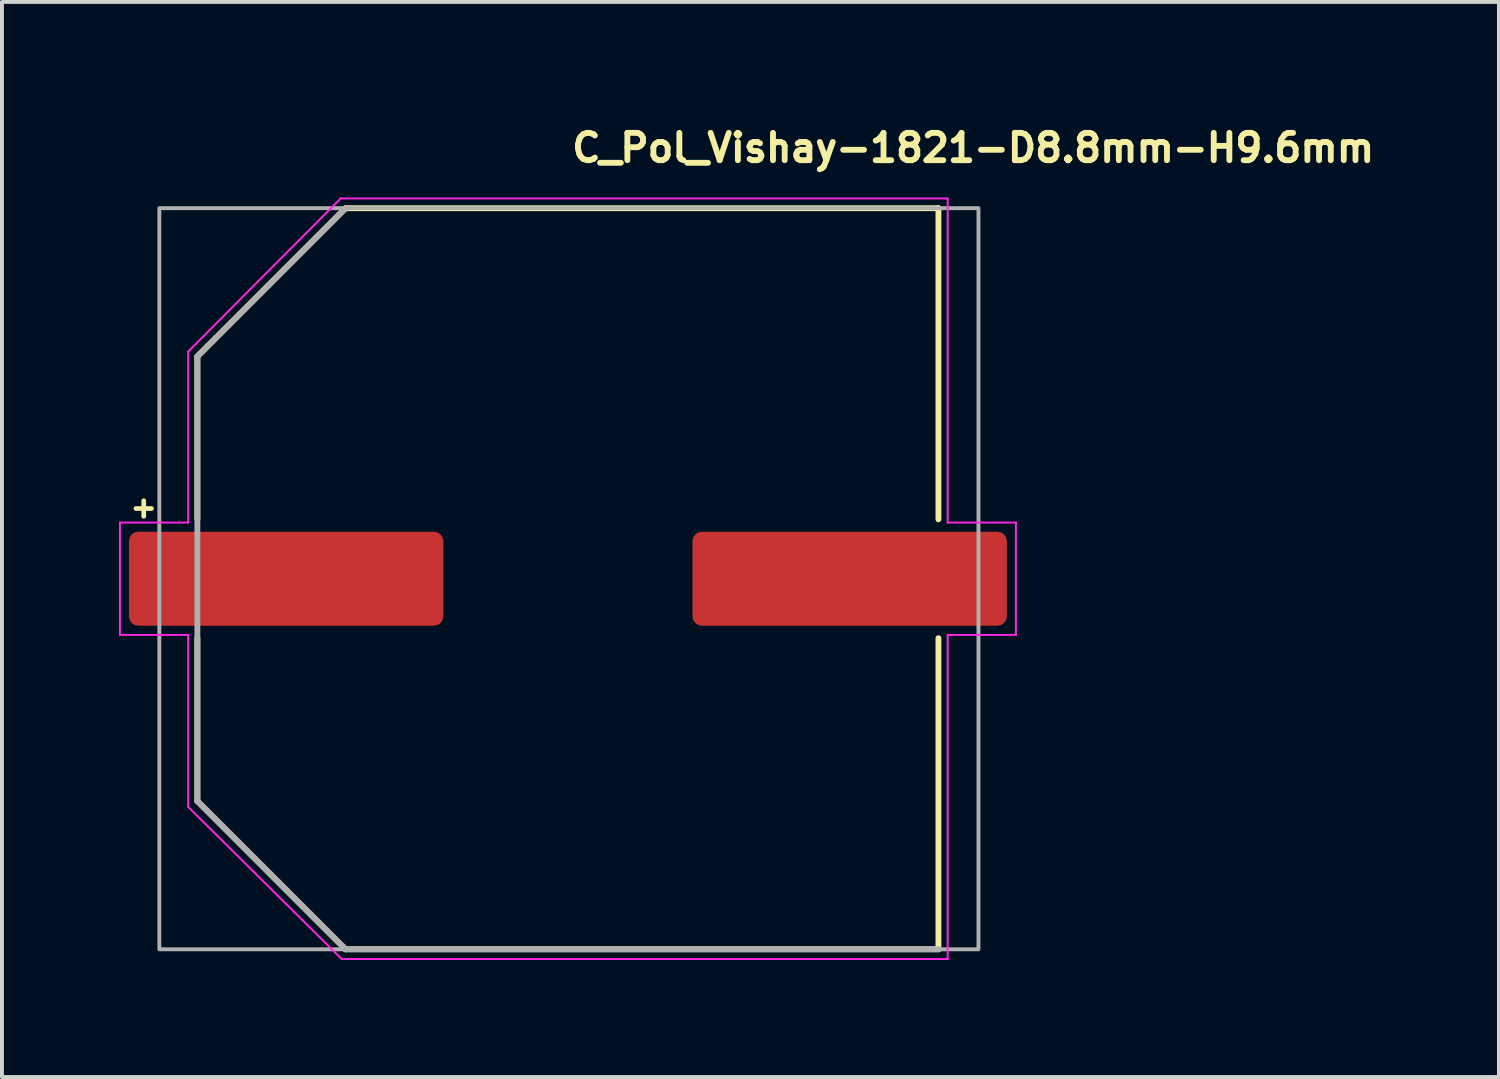
<source format=kicad_pcb>
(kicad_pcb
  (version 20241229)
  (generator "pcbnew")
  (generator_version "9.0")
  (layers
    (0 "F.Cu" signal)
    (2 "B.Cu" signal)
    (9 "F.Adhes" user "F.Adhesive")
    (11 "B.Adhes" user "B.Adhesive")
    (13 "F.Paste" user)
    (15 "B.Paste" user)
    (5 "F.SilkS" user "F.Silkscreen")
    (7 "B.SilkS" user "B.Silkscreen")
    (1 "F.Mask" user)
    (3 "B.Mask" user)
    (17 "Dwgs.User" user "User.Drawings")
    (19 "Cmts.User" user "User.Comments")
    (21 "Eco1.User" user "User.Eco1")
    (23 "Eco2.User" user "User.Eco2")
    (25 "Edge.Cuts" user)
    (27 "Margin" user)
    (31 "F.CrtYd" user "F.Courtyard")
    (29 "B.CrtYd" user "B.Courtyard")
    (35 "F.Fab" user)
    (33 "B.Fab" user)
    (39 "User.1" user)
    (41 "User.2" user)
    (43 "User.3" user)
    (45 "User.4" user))
  (footprint "C_Pol_Vishay-1821-D8.8mm-H9.6mm"
    (layer "F.Cu")
    (at 11.535 11.787)
    (property "Reference" "C_Pol_Vishay-1821-D8.8mm-H9.6mm" (at 0 -10.637 0) (layer "F.SilkS") (effects (font (size 0.7 0.7) (thickness 0.15)) (justify left bottom)))
    (attr smd)
    (fp_line (start -11.1 -1.8) (end -10.7 -1.8) (stroke (width 0.12) (type solid)) (layer "F.SilkS"))
    (fp_line (start -10.9 -2) (end -10.9 -1.6) (stroke (width 0.12) (type solid)) (layer "F.SilkS"))
    (fp_line (start -9.525 -5.7) (end -9.525 -1.524) (stroke (width 0.15) (type solid)) (layer "F.SilkS"))
    (fp_line (start -9.525 5.7) (end -9.525 1.524) (stroke (width 0.15) (type solid)) (layer "F.SilkS"))
    (fp_line (start -5.726 -9.5) (end -9.525 -5.7) (stroke (width 0.15) (type solid)) (layer "F.SilkS"))
    (fp_line (start -5.726 -9.5) (end 9.474 -9.5) (stroke (width 0.15) (type solid)) (layer "F.SilkS"))
    (fp_line (start -5.726 9.5) (end -9.525 5.7) (stroke (width 0.15) (type solid)) (layer "F.SilkS"))
    (fp_line (start 9.474 -9.5) (end 9.474 -1.524) (stroke (width 0.15) (type solid)) (layer "F.SilkS"))
    (fp_line (start 9.474 9.5) (end -5.726 9.5) (stroke (width 0.15) (type solid)) (layer "F.SilkS"))
    (fp_line (start 9.474 9.5) (end 9.474 1.524) (stroke (width 0.15) (type solid)) (layer "F.SilkS"))
    (fp_line (start -11.51 -1.44) (end -9.76 -1.44) (stroke (width 0.05) (type solid)) (layer "F.CrtYd"))
    (fp_line (start -11.51 1.44) (end -11.51 -1.44) (stroke (width 0.05) (type solid)) (layer "F.CrtYd"))
    (fp_line (start -9.76 -1.44) (end -9.76 -5.825) (stroke (width 0.05) (type solid)) (layer "F.CrtYd"))
    (fp_line (start -9.76 1.44) (end -11.51 1.44) (stroke (width 0.05) (type solid)) (layer "F.CrtYd"))
    (fp_line (start -9.76 5.85) (end -9.76 1.44) (stroke (width 0.05) (type solid)) (layer "F.CrtYd"))
    (fp_line (start -5.85 -9.75) (end -9.76 -5.825) (stroke (width 0.05) (type solid)) (layer "F.CrtYd"))
    (fp_line (start -5.85 -9.75) (end 9.71 -9.75) (stroke (width 0.05) (type solid)) (layer "F.CrtYd"))
    (fp_line (start -5.825 9.75) (end -9.76 5.85) (stroke (width 0.05) (type solid)) (layer "F.CrtYd"))
    (fp_line (start 9.71 -9.75) (end 9.71 -1.44) (stroke (width 0.05) (type solid)) (layer "F.CrtYd"))
    (fp_line (start 9.71 -1.44) (end 11.46 -1.44) (stroke (width 0.05) (type solid)) (layer "F.CrtYd"))
    (fp_line (start 9.71 1.44) (end 9.71 9.75) (stroke (width 0.05) (type solid)) (layer "F.CrtYd"))
    (fp_line (start 9.71 9.75) (end -5.825 9.75) (stroke (width 0.05) (type solid)) (layer "F.CrtYd"))
    (fp_line (start 11.46 -1.44) (end 11.46 1.44) (stroke (width 0.05) (type solid)) (layer "F.CrtYd"))
    (fp_line (start 11.46 1.44) (end 9.71 1.44) (stroke (width 0.05) (type solid)) (layer "F.CrtYd"))
    (fp_line (start -9.525 5.7) (end -9.525 -5.7) (stroke (width 0.15) (type solid)) (layer "F.Fab"))
    (fp_line (start -5.726 -9.5) (end -9.525 -5.7) (stroke (width 0.15) (type solid)) (layer "F.Fab"))
    (fp_line (start -5.726 9.5) (end -9.525 5.7) (stroke (width 0.15) (type solid)) (layer "F.Fab"))
    (fp_line (start 9.474 9.5) (end -5.726 9.5) (stroke (width 0.15) (type solid)) (layer "F.Fab"))
    (fp_rect (start -10.5 -9.5) (end 10.5 9.5) (stroke (width 0.1) (type solid)) (fill no) (layer "F.Fab"))
    (fp_rect (start -10.5 -9.5) (end 10.5 9.5) (stroke (width 0.1) (type solid)) (fill no) (layer "User.5"))
    (fp_line (start -10.5 -0.65) (end -10.5 0.65) (stroke (width 0.02) (type solid)) (layer "User.9"))
    (fp_line (start -10.5 0.65) (end -9.5 0.65) (stroke (width 0.02) (type solid)) (layer "User.9"))
    (fp_line (start -9.5 -5.7) (end -9.5 -4) (stroke (width 0.02) (type solid)) (layer "User.9"))
    (fp_line (start -9.5 -4) (end -9.5 4) (stroke (width 0.02) (type solid)) (layer "User.9"))
    (fp_line (start -9.5 -4) (end -8.284 -4) (stroke (width 0.02) (type solid)) (layer "User.9"))
    (fp_line (start -9.5 -0.65) (end -10.5 -0.65) (stroke (width 0.02) (type solid)) (layer "User.9"))
    (fp_line (start -9.5 4) (end -9.5 5.7) (stroke (width 0.02) (type solid)) (layer "User.9"))
    (fp_line (start -9.5 5.7) (end -5.7 9.5) (stroke (width 0.02) (type solid)) (layer "User.9"))
    (fp_line (start -9 0) (end -8.981 -0.582) (stroke (width 0.02) (type solid)) (layer "User.9"))
    (fp_line (start -8.981 -0.582) (end -8.924 -1.162) (stroke (width 0.02) (type solid)) (layer "User.9"))
    (fp_line (start -8.981 0.582) (end -9 0) (stroke (width 0.02) (type solid)) (layer "User.9"))
    (fp_line (start -8.924 -1.162) (end -8.83 -1.739) (stroke (width 0.02) (type solid)) (layer "User.9"))
    (fp_line (start -8.924 1.162) (end -8.981 0.582) (stroke (width 0.02) (type solid)) (layer "User.9"))
    (fp_line (start -8.83 -1.739) (end -8.698 -2.31) (stroke (width 0.02) (type solid)) (layer "User.9"))
    (fp_line (start -8.83 1.739) (end -8.924 1.162) (stroke (width 0.02) (type solid)) (layer "User.9"))
    (fp_line (start -8.698 -2.31) (end -8.528 -2.874) (stroke (width 0.02) (type solid)) (layer "User.9"))
    (fp_line (start -8.698 2.31) (end -8.83 1.739) (stroke (width 0.02) (type solid)) (layer "User.9"))
    (fp_line (start -8.528 -2.874) (end -8.321 -3.428) (stroke (width 0.02) (type solid)) (layer "User.9"))
    (fp_line (start -8.528 2.874) (end -8.698 2.31) (stroke (width 0.02) (type solid)) (layer "User.9"))
    (fp_line (start -8.321 -3.428) (end -8.076 -3.97) (stroke (width 0.02) (type solid)) (layer "User.9"))
    (fp_line (start -8.321 3.428) (end -8.528 2.874) (stroke (width 0.02) (type solid)) (layer "User.9"))
    (fp_line (start -8.284 -4) (end -8.108 -4.346) (stroke (width 0.02) (type solid)) (layer "User.9"))
    (fp_line (start -8.284 4) (end -9.5 4) (stroke (width 0.02) (type solid)) (layer "User.9"))
    (fp_line (start -8.108 -4.346) (end -7.918 -4.684) (stroke (width 0.02) (type solid)) (layer "User.9"))
    (fp_line (start -8.108 4.346) (end -8.284 4) (stroke (width 0.02) (type solid)) (layer "User.9"))
    (fp_line (start -8.076 -3.97) (end -7.794 -4.5) (stroke (width 0.02) (type solid)) (layer "User.9"))
    (fp_line (start -8.076 3.97) (end -8.321 3.428) (stroke (width 0.02) (type solid)) (layer "User.9"))
    (fp_line (start -7.918 -4.684) (end -7.714 -5.012) (stroke (width 0.02) (type solid)) (layer "User.9"))
    (fp_line (start -7.918 4.684) (end -8.108 4.346) (stroke (width 0.02) (type solid)) (layer "User.9"))
    (fp_line (start -7.794 -4.5) (end -7.794 -4.5) (stroke (width 0.02) (type solid)) (layer "User.9"))
    (fp_line (start -7.794 -4.5) (end -7.639 -4.757) (stroke (width 0.02) (type solid)) (layer "User.9"))
    (fp_line (start -7.794 4.5) (end -8.076 3.97) (stroke (width 0.02) (type solid)) (layer "User.9"))
    (fp_line (start -7.794 4.5) (end -7.794 4.5) (stroke (width 0.02) (type solid)) (layer "User.9"))
    (fp_line (start -7.714 -5.012) (end -7.497 -5.331) (stroke (width 0.02) (type solid)) (layer "User.9"))
    (fp_line (start -7.714 5.012) (end -7.918 4.684) (stroke (width 0.02) (type solid)) (layer "User.9"))
    (fp_line (start -7.639 -4.757) (end -7.477 -5.009) (stroke (width 0.02) (type solid)) (layer "User.9"))
    (fp_line (start -7.497 -5.331) (end -7.267 -5.641) (stroke (width 0.02) (type solid)) (layer "User.9"))
    (fp_line (start -7.497 5.331) (end -7.714 5.012) (stroke (width 0.02) (type solid)) (layer "User.9"))
    (fp_line (start -7.477 -5.009) (end -7.307 -5.254) (stroke (width 0.02) (type solid)) (layer "User.9"))
    (fp_line (start -7.477 5.009) (end -7.794 4.5) (stroke (width 0.02) (type solid)) (layer "User.9"))
    (fp_line (start -7.307 -5.254) (end -7.13 -5.492) (stroke (width 0.02) (type solid)) (layer "User.9"))
    (fp_line (start -7.267 -5.641) (end -7.026 -5.939) (stroke (width 0.02) (type solid)) (layer "User.9"))
    (fp_line (start -7.267 5.641) (end -7.497 5.331) (stroke (width 0.02) (type solid)) (layer "User.9"))
    (fp_line (start -7.13 -5.492) (end -6.946 -5.724) (stroke (width 0.02) (type solid)) (layer "User.9"))
    (fp_line (start -7.13 5.492) (end -7.477 5.009) (stroke (width 0.02) (type solid)) (layer "User.9"))
    (fp_line (start -7.026 -5.939) (end -6.772 -6.228) (stroke (width 0.02) (type solid)) (layer "User.9"))
    (fp_line (start -7.026 5.939) (end -7.267 5.641) (stroke (width 0.02) (type solid)) (layer "User.9"))
    (fp_line (start -6.946 -5.724) (end -6.753 -5.949) (stroke (width 0.02) (type solid)) (layer "User.9"))
    (fp_line (start -6.772 -6.228) (end -6.506 -6.505) (stroke (width 0.02) (type solid)) (layer "User.9"))
    (fp_line (start -6.772 6.228) (end -7.026 5.939) (stroke (width 0.02) (type solid)) (layer "User.9"))
    (fp_line (start -6.753 -5.949) (end -6.556 -6.167) (stroke (width 0.02) (type solid)) (layer "User.9"))
    (fp_line (start -6.753 5.949) (end -7.13 5.492) (stroke (width 0.02) (type solid)) (layer "User.9"))
    (fp_line (start -6.556 -6.167) (end -6.351 -6.377) (stroke (width 0.02) (type solid)) (layer "User.9"))
    (fp_line (start -6.506 -6.505) (end -6.229 -6.771) (stroke (width 0.02) (type solid)) (layer "User.9"))
    (fp_line (start -6.506 6.505) (end -6.772 6.228) (stroke (width 0.02) (type solid)) (layer "User.9"))
    (fp_line (start -6.351 -6.377) (end -6.14 -6.581) (stroke (width 0.02) (type solid)) (layer "User.9"))
    (fp_line (start -6.351 6.377) (end -6.753 5.949) (stroke (width 0.02) (type solid)) (layer "User.9"))
    (fp_line (start -6.229 -6.771) (end -5.939 -7.025) (stroke (width 0.02) (type solid)) (layer "User.9"))
    (fp_line (start -6.229 6.771) (end -6.506 6.505) (stroke (width 0.02) (type solid)) (layer "User.9"))
    (fp_line (start -6.14 -6.581) (end -5.922 -6.777) (stroke (width 0.02) (type solid)) (layer "User.9"))
    (fp_line (start -5.939 -7.025) (end -5.641 -7.267) (stroke (width 0.02) (type solid)) (layer "User.9"))
    (fp_line (start -5.939 7.025) (end -6.229 6.771) (stroke (width 0.02) (type solid)) (layer "User.9"))
    (fp_line (start -5.922 -6.777) (end -5.699 -6.966) (stroke (width 0.02) (type solid)) (layer "User.9"))
    (fp_line (start -5.922 6.777) (end -6.351 6.377) (stroke (width 0.02) (type solid)) (layer "User.9"))
    (fp_line (start -5.7 -9.5) (end -9.5 -5.7) (stroke (width 0.02) (type solid)) (layer "User.9"))
    (fp_line (start -5.7 9.5) (end -4 9.5) (stroke (width 0.02) (type solid)) (layer "User.9"))
    (fp_line (start -5.699 -6.966) (end -5.47 -7.147) (stroke (width 0.02) (type solid)) (layer "User.9"))
    (fp_line (start -5.641 -7.267) (end -5.332 -7.497) (stroke (width 0.02) (type solid)) (layer "User.9"))
    (fp_line (start -5.641 7.267) (end -5.939 7.025) (stroke (width 0.02) (type solid)) (layer "User.9"))
    (fp_line (start -5.47 -7.147) (end -5.234 -7.321) (stroke (width 0.02) (type solid)) (layer "User.9"))
    (fp_line (start -5.47 7.147) (end -5.922 6.777) (stroke (width 0.02) (type solid)) (layer "User.9"))
    (fp_line (start -5.332 -7.497) (end -5.013 -7.714) (stroke (width 0.02) (type solid)) (layer "User.9"))
    (fp_line (start -5.332 7.497) (end -5.641 7.267) (stroke (width 0.02) (type solid)) (layer "User.9"))
    (fp_line (start -5.234 -7.321) (end -4.995 -7.486) (stroke (width 0.02) (type solid)) (layer "User.9"))
    (fp_line (start -5.013 -7.714) (end -4.685 -7.918) (stroke (width 0.02) (type solid)) (layer "User.9"))
    (fp_line (start -5.013 7.714) (end -5.332 7.497) (stroke (width 0.02) (type solid)) (layer "User.9"))
    (fp_line (start -4.995 -7.486) (end -4.75 -7.644) (stroke (width 0.02) (type solid)) (layer "User.9"))
    (fp_line (start -4.995 7.486) (end -5.47 7.147) (stroke (width 0.02) (type solid)) (layer "User.9"))
    (fp_line (start -4.75 -7.644) (end -4.5 -7.794) (stroke (width 0.02) (type solid)) (layer "User.9"))
    (fp_line (start -4.685 -7.918) (end -4.346 -8.108) (stroke (width 0.02) (type solid)) (layer "User.9"))
    (fp_line (start -4.685 7.918) (end -5.013 7.714) (stroke (width 0.02) (type solid)) (layer "User.9"))
    (fp_line (start -4.5 -7.794) (end -4.246 -7.935) (stroke (width 0.02) (type solid)) (layer "User.9"))
    (fp_line (start -4.5 7.794) (end -4.995 7.486) (stroke (width 0.02) (type solid)) (layer "User.9"))
    (fp_line (start -4.346 -8.108) (end -4 -8.284) (stroke (width 0.02) (type solid)) (layer "User.9"))
    (fp_line (start -4.346 8.108) (end -4.685 7.918) (stroke (width 0.02) (type solid)) (layer "User.9"))
    (fp_line (start -4.246 -7.935) (end -3.987 -8.069) (stroke (width 0.02) (type solid)) (layer "User.9"))
    (fp_line (start -4 -9.5) (end -5.7 -9.5) (stroke (width 0.02) (type solid)) (layer "User.9"))
    (fp_line (start -4 -8.284) (end -4 -9.5) (stroke (width 0.02) (type solid)) (layer "User.9"))
    (fp_line (start -4 8.284) (end -4.346 8.108) (stroke (width 0.02) (type solid)) (layer "User.9"))
    (fp_line (start -4 9.5) (end -4 8.284) (stroke (width 0.02) (type solid)) (layer "User.9"))
    (fp_line (start -4 9.5) (end 4 9.5) (stroke (width 0.02) (type solid)) (layer "User.9"))
    (fp_line (start -3.987 -8.069) (end -3.723 -8.194) (stroke (width 0.02) (type solid)) (layer "User.9"))
    (fp_line (start -3.987 8.069) (end -4.5 7.794) (stroke (width 0.02) (type solid)) (layer "User.9"))
    (fp_line (start -3.723 -8.194) (end -3.456 -8.31) (stroke (width 0.02) (type solid)) (layer "User.9"))
    (fp_line (start -3.456 -8.31) (end -3.184 -8.418) (stroke (width 0.02) (type solid)) (layer "User.9"))
    (fp_line (start -3.456 8.31) (end -3.987 8.069) (stroke (width 0.02) (type solid)) (layer "User.9"))
    (fp_line (start -3.184 -8.418) (end -2.908 -8.517) (stroke (width 0.02) (type solid)) (layer "User.9"))
    (fp_line (start -2.908 -8.517) (end -2.631 -8.607) (stroke (width 0.02) (type solid)) (layer "User.9"))
    (fp_line (start -2.908 8.517) (end -3.456 8.31) (stroke (width 0.02) (type solid)) (layer "User.9"))
    (fp_line (start -2.631 -8.607) (end -2.349 -8.688) (stroke (width 0.02) (type solid)) (layer "User.9"))
    (fp_line (start -2.349 -8.688) (end -2.064 -8.76) (stroke (width 0.02) (type solid)) (layer "User.9"))
    (fp_line (start -2.349 8.688) (end -2.908 8.517) (stroke (width 0.02) (type solid)) (layer "User.9"))
    (fp_line (start -2.064 -8.76) (end -1.775 -8.823) (stroke (width 0.02) (type solid)) (layer "User.9"))
    (fp_line (start -1.775 -8.823) (end -1.485 -8.876) (stroke (width 0.02) (type solid)) (layer "User.9"))
    (fp_line (start -1.775 8.823) (end -2.349 8.688) (stroke (width 0.02) (type solid)) (layer "User.9"))
    (fp_line (start -1.485 -8.876) (end -1.192 -8.92) (stroke (width 0.02) (type solid)) (layer "User.9"))
    (fp_line (start -1.192 -8.92) (end -0.897 -8.955) (stroke (width 0.02) (type solid)) (layer "User.9"))
    (fp_line (start -1.192 8.92) (end -1.775 8.823) (stroke (width 0.02) (type solid)) (layer "User.9"))
    (fp_line (start -0.897 -8.955) (end -0.599 -8.98) (stroke (width 0.02) (type solid)) (layer "User.9"))
    (fp_line (start -0.599 -8.98) (end -0.301 -8.994) (stroke (width 0.02) (type solid)) (layer "User.9"))
    (fp_line (start -0.599 8.98) (end -1.192 8.92) (stroke (width 0.02) (type solid)) (layer "User.9"))
    (fp_line (start -0.301 -8.994) (end 0 -9) (stroke (width 0.02) (type solid)) (layer "User.9"))
    (fp_line (start 0 -9) (end 0.599 -8.98) (stroke (width 0.02) (type solid)) (layer "User.9"))
    (fp_line (start 0 9) (end -0.599 8.98) (stroke (width 0.02) (type solid)) (layer "User.9"))
    (fp_line (start 0.299 8.994) (end 0 9) (stroke (width 0.02) (type solid)) (layer "User.9"))
    (fp_line (start 0.599 -8.98) (end 1.192 -8.92) (stroke (width 0.02) (type solid)) (layer "User.9"))
    (fp_line (start 0.599 8.98) (end 0.299 8.994) (stroke (width 0.02) (type solid)) (layer "User.9"))
    (fp_line (start 0.896 8.955) (end 0.599 8.98) (stroke (width 0.02) (type solid)) (layer "User.9"))
    (fp_line (start 1.192 -8.92) (end 1.775 -8.823) (stroke (width 0.02) (type solid)) (layer "User.9"))
    (fp_line (start 1.192 8.92) (end 0.896 8.955) (stroke (width 0.02) (type solid)) (layer "User.9"))
    (fp_line (start 1.484 8.876) (end 1.192 8.92) (stroke (width 0.02) (type solid)) (layer "User.9"))
    (fp_line (start 1.775 -8.823) (end 2.348 -8.688) (stroke (width 0.02) (type solid)) (layer "User.9"))
    (fp_line (start 1.775 8.823) (end 1.484 8.876) (stroke (width 0.02) (type solid)) (layer "User.9"))
    (fp_line (start 2.063 8.76) (end 1.775 8.823) (stroke (width 0.02) (type solid)) (layer "User.9"))
    (fp_line (start 2.348 -8.688) (end 2.907 -8.517) (stroke (width 0.02) (type solid)) (layer "User.9"))
    (fp_line (start 2.348 8.688) (end 2.063 8.76) (stroke (width 0.02) (type solid)) (layer "User.9"))
    (fp_line (start 2.63 8.607) (end 2.348 8.688) (stroke (width 0.02) (type solid)) (layer "User.9"))
    (fp_line (start 2.907 -8.517) (end 3.455 -8.31) (stroke (width 0.02) (type solid)) (layer "User.9"))
    (fp_line (start 2.907 8.517) (end 2.63 8.607) (stroke (width 0.02) (type solid)) (layer "User.9"))
    (fp_line (start 3.109 -2.573) (end 3.109 2.573) (stroke (width 0.02) (type solid)) (layer "User.9"))
    (fp_line (start 3.109 -2.573) (end 3.109 2.573) (stroke (width 0.02) (type solid)) (layer "User.9"))
    (fp_line (start 3.109 2.573) (end 6.628 2.573) (stroke (width 0.02) (type solid)) (layer "User.9"))
    (fp_line (start 3.109 2.573) (end 6.628 2.573) (stroke (width 0.02) (type solid)) (layer "User.9"))
    (fp_line (start 3.182 8.418) (end 2.907 8.517) (stroke (width 0.02) (type solid)) (layer "User.9"))
    (fp_line (start 3.455 -8.31) (end 3.986 -8.069) (stroke (width 0.02) (type solid)) (layer "User.9"))
    (fp_line (start 3.455 8.31) (end 3.182 8.418) (stroke (width 0.02) (type solid)) (layer "User.9"))
    (fp_line (start 3.721 8.194) (end 3.455 8.31) (stroke (width 0.02) (type solid)) (layer "User.9"))
    (fp_line (start 3.986 -8.069) (end 4.5 -7.794) (stroke (width 0.02) (type solid)) (layer "User.9"))
    (fp_line (start 3.986 8.069) (end 3.721 8.194) (stroke (width 0.02) (type solid)) (layer "User.9"))
    (fp_line (start 4 -9.5) (end -4 -9.5) (stroke (width 0.02) (type solid)) (layer "User.9"))
    (fp_line (start 4 -9.5) (end 4 -8.284) (stroke (width 0.02) (type solid)) (layer "User.9"))
    (fp_line (start 4 -8.284) (end 4.346 -8.108) (stroke (width 0.02) (type solid)) (layer "User.9"))
    (fp_line (start 4 8.284) (end 4 9.5) (stroke (width 0.02) (type solid)) (layer "User.9"))
    (fp_line (start 4 9.5) (end 9.5 9.5) (stroke (width 0.02) (type solid)) (layer "User.9"))
    (fp_line (start 4.245 7.935) (end 3.986 8.069) (stroke (width 0.02) (type solid)) (layer "User.9"))
    (fp_line (start 4.346 -8.108) (end 4.684 -7.918) (stroke (width 0.02) (type solid)) (layer "User.9"))
    (fp_line (start 4.346 8.108) (end 4 8.284) (stroke (width 0.02) (type solid)) (layer "User.9"))
    (fp_line (start 4.5 -7.794) (end 4.994 -7.486) (stroke (width 0.02) (type solid)) (layer "User.9"))
    (fp_line (start 4.5 7.794) (end 4.245 7.935) (stroke (width 0.02) (type solid)) (layer "User.9"))
    (fp_line (start 4.684 -7.918) (end 5.012 -7.714) (stroke (width 0.02) (type solid)) (layer "User.9"))
    (fp_line (start 4.684 7.918) (end 4.346 8.108) (stroke (width 0.02) (type solid)) (layer "User.9"))
    (fp_line (start 4.749 7.644) (end 4.5 7.794) (stroke (width 0.02) (type solid)) (layer "User.9"))
    (fp_line (start 4.994 -7.486) (end 5.468 -7.147) (stroke (width 0.02) (type solid)) (layer "User.9"))
    (fp_line (start 4.994 7.486) (end 4.749 7.644) (stroke (width 0.02) (type solid)) (layer "User.9"))
    (fp_line (start 5.012 -7.714) (end 5.33 -7.497) (stroke (width 0.02) (type solid)) (layer "User.9"))
    (fp_line (start 5.012 7.714) (end 4.684 7.918) (stroke (width 0.02) (type solid)) (layer "User.9"))
    (fp_line (start 5.234 7.321) (end 4.994 7.486) (stroke (width 0.02) (type solid)) (layer "User.9"))
    (fp_line (start 5.33 -7.497) (end 5.641 -7.267) (stroke (width 0.02) (type solid)) (layer "User.9"))
    (fp_line (start 5.33 7.497) (end 5.012 7.714) (stroke (width 0.02) (type solid)) (layer "User.9"))
    (fp_line (start 5.468 -7.147) (end 5.921 -6.777) (stroke (width 0.02) (type solid)) (layer "User.9"))
    (fp_line (start 5.468 7.147) (end 5.234 7.321) (stroke (width 0.02) (type solid)) (layer "User.9"))
    (fp_line (start 5.641 -7.267) (end 5.939 -7.025) (stroke (width 0.02) (type solid)) (layer "User.9"))
    (fp_line (start 5.641 7.267) (end 5.33 7.497) (stroke (width 0.02) (type solid)) (layer "User.9"))
    (fp_line (start 5.698 6.966) (end 5.468 7.147) (stroke (width 0.02) (type solid)) (layer "User.9"))
    (fp_line (start 5.921 -6.777) (end 6.349 -6.377) (stroke (width 0.02) (type solid)) (layer "User.9"))
    (fp_line (start 5.921 6.777) (end 5.698 6.966) (stroke (width 0.02) (type solid)) (layer "User.9"))
    (fp_line (start 5.939 -7.025) (end 6.228 -6.771) (stroke (width 0.02) (type solid)) (layer "User.9"))
    (fp_line (start 5.939 7.025) (end 5.641 7.267) (stroke (width 0.02) (type solid)) (layer "User.9"))
    (fp_line (start 6.139 6.581) (end 5.921 6.777) (stroke (width 0.02) (type solid)) (layer "User.9"))
    (fp_line (start 6.228 -6.771) (end 6.505 -6.505) (stroke (width 0.02) (type solid)) (layer "User.9"))
    (fp_line (start 6.228 6.771) (end 5.939 7.025) (stroke (width 0.02) (type solid)) (layer "User.9"))
    (fp_line (start 6.349 -6.377) (end 6.753 -5.949) (stroke (width 0.02) (type solid)) (layer "User.9"))
    (fp_line (start 6.349 6.377) (end 6.139 6.581) (stroke (width 0.02) (type solid)) (layer "User.9"))
    (fp_line (start 6.505 -6.505) (end 6.771 -6.228) (stroke (width 0.02) (type solid)) (layer "User.9"))
    (fp_line (start 6.505 6.505) (end 6.228 6.771) (stroke (width 0.02) (type solid)) (layer "User.9"))
    (fp_line (start 6.555 6.167) (end 6.349 6.377) (stroke (width 0.02) (type solid)) (layer "User.9"))
    (fp_line (start 6.628 -2.573) (end 3.109 -2.573) (stroke (width 0.02) (type solid)) (layer "User.9"))
    (fp_line (start 6.628 -2.573) (end 3.109 -2.573) (stroke (width 0.02) (type solid)) (layer "User.9"))
    (fp_line (start 6.628 2.573) (end 6.628 -2.573) (stroke (width 0.02) (type solid)) (layer "User.9"))
    (fp_line (start 6.628 2.573) (end 6.628 -2.573) (stroke (width 0.02) (type solid)) (layer "User.9"))
    (fp_line (start 6.753 -5.949) (end 7.128 -5.492) (stroke (width 0.02) (type solid)) (layer "User.9"))
    (fp_line (start 6.753 5.949) (end 6.555 6.167) (stroke (width 0.02) (type solid)) (layer "User.9"))
    (fp_line (start 6.771 -6.228) (end 7.025 -5.939) (stroke (width 0.02) (type solid)) (layer "User.9"))
    (fp_line (start 6.771 6.228) (end 6.505 6.505) (stroke (width 0.02) (type solid)) (layer "User.9"))
    (fp_line (start 6.945 5.724) (end 6.753 5.949) (stroke (width 0.02) (type solid)) (layer "User.9"))
    (fp_line (start 7.025 -5.939) (end 7.266 -5.641) (stroke (width 0.02) (type solid)) (layer "User.9"))
    (fp_line (start 7.025 5.939) (end 6.771 6.228) (stroke (width 0.02) (type solid)) (layer "User.9"))
    (fp_line (start 7.128 -5.492) (end 7.477 -5.009) (stroke (width 0.02) (type solid)) (layer "User.9"))
    (fp_line (start 7.128 5.492) (end 6.945 5.724) (stroke (width 0.02) (type solid)) (layer "User.9"))
    (fp_line (start 7.266 -5.641) (end 7.497 -5.331) (stroke (width 0.02) (type solid)) (layer "User.9"))
    (fp_line (start 7.266 5.641) (end 7.025 5.939) (stroke (width 0.02) (type solid)) (layer "User.9"))
    (fp_line (start 7.307 5.254) (end 7.128 5.492) (stroke (width 0.02) (type solid)) (layer "User.9"))
    (fp_line (start 7.477 -5.009) (end 7.794 -4.5) (stroke (width 0.02) (type solid)) (layer "User.9"))
    (fp_line (start 7.477 5.009) (end 7.307 5.254) (stroke (width 0.02) (type solid)) (layer "User.9"))
    (fp_line (start 7.497 -5.331) (end 7.714 -5.012) (stroke (width 0.02) (type solid)) (layer "User.9"))
    (fp_line (start 7.497 5.331) (end 7.266 5.641) (stroke (width 0.02) (type solid)) (layer "User.9"))
    (fp_line (start 7.639 4.757) (end 7.477 5.009) (stroke (width 0.02) (type solid)) (layer "User.9"))
    (fp_line (start 7.714 -5.012) (end 7.918 -4.684) (stroke (width 0.02) (type solid)) (layer "User.9"))
    (fp_line (start 7.714 5.012) (end 7.497 5.331) (stroke (width 0.02) (type solid)) (layer "User.9"))
    (fp_line (start 7.794 -4.5) (end 7.794 -4.5) (stroke (width 0.02) (type solid)) (layer "User.9"))
    (fp_line (start 7.794 -4.5) (end 8.076 -3.97) (stroke (width 0.02) (type solid)) (layer "User.9"))
    (fp_line (start 7.794 4.5) (end 7.639 4.757) (stroke (width 0.02) (type solid)) (layer "User.9"))
    (fp_line (start 7.794 4.5) (end 7.794 4.5) (stroke (width 0.02) (type solid)) (layer "User.9"))
    (fp_line (start 7.918 -4.684) (end 8.108 -4.346) (stroke (width 0.02) (type solid)) (layer "User.9"))
    (fp_line (start 7.918 4.684) (end 7.714 5.012) (stroke (width 0.02) (type solid)) (layer "User.9"))
    (fp_line (start 8.076 -3.97) (end 8.321 -3.428) (stroke (width 0.02) (type solid)) (layer "User.9"))
    (fp_line (start 8.076 3.97) (end 7.794 4.5) (stroke (width 0.02) (type solid)) (layer "User.9"))
    (fp_line (start 8.108 -4.346) (end 8.284 -4) (stroke (width 0.02) (type solid)) (layer "User.9"))
    (fp_line (start 8.108 4.346) (end 7.918 4.684) (stroke (width 0.02) (type solid)) (layer "User.9"))
    (fp_line (start 8.284 -4) (end 9.5 -4) (stroke (width 0.02) (type solid)) (layer "User.9"))
    (fp_line (start 8.284 4) (end 8.108 4.346) (stroke (width 0.02) (type solid)) (layer "User.9"))
    (fp_line (start 8.321 -3.428) (end 8.528 -2.874) (stroke (width 0.02) (type solid)) (layer "User.9"))
    (fp_line (start 8.321 3.428) (end 8.076 3.97) (stroke (width 0.02) (type solid)) (layer "User.9"))
    (fp_line (start 8.528 -2.874) (end 8.698 -2.31) (stroke (width 0.02) (type solid)) (layer "User.9"))
    (fp_line (start 8.528 2.874) (end 8.321 3.428) (stroke (width 0.02) (type solid)) (layer "User.9"))
    (fp_line (start 8.698 -2.31) (end 8.83 -1.739) (stroke (width 0.02) (type solid)) (layer "User.9"))
    (fp_line (start 8.698 2.31) (end 8.528 2.874) (stroke (width 0.02) (type solid)) (layer "User.9"))
    (fp_line (start 8.83 -1.739) (end 8.924 -1.162) (stroke (width 0.02) (type solid)) (layer "User.9"))
    (fp_line (start 8.83 1.739) (end 8.698 2.31) (stroke (width 0.02) (type solid)) (layer "User.9"))
    (fp_line (start 8.924 -1.162) (end 8.981 -0.582) (stroke (width 0.02) (type solid)) (layer "User.9"))
    (fp_line (start 8.924 1.162) (end 8.83 1.739) (stroke (width 0.02) (type solid)) (layer "User.9"))
    (fp_line (start 8.981 -0.582) (end 9 0) (stroke (width 0.02) (type solid)) (layer "User.9"))
    (fp_line (start 8.981 0.582) (end 8.924 1.162) (stroke (width 0.02) (type solid)) (layer "User.9"))
    (fp_line (start 9 0) (end 8.981 0.582) (stroke (width 0.02) (type solid)) (layer "User.9"))
    (fp_line (start 9.5 -9.5) (end 4 -9.5) (stroke (width 0.02) (type solid)) (layer "User.9"))
    (fp_line (start 9.5 -4) (end 9.5 -9.5) (stroke (width 0.02) (type solid)) (layer "User.9"))
    (fp_line (start 9.5 0.65) (end 10.5 0.65) (stroke (width 0.02) (type solid)) (layer "User.9"))
    (fp_line (start 9.5 4) (end 8.284 4) (stroke (width 0.02) (type solid)) (layer "User.9"))
    (fp_line (start 9.5 4) (end 9.5 -4) (stroke (width 0.02) (type solid)) (layer "User.9"))
    (fp_line (start 9.5 9.5) (end 9.5 4) (stroke (width 0.02) (type solid)) (layer "User.9"))
    (fp_line (start 10.5 -0.65) (end 9.5 -0.65) (stroke (width 0.02) (type solid)) (layer "User.9"))
    (fp_line (start 10.5 0.65) (end 10.5 -0.65) (stroke (width 0.02) (type solid)) (layer "User.9"))
    (pad "1" smd roundrect (at -7.25 0) (size 8.06 2.41) (layers "F.Cu" "F.Mask" "F.Paste") (roundrect_rratio 0.1))
    (pad "2" smd roundrect (at 7.198 0) (size 8.06 2.41) (layers "F.Cu" "F.Mask" "F.Paste") (roundrect_rratio 0.1)))
  (gr_rect
    (start -3 -3)
    (end 35.378 24.562)
    (stroke (width 0.1) (type default))
    (fill no)
    (layer "Edge.Cuts")))
</source>
